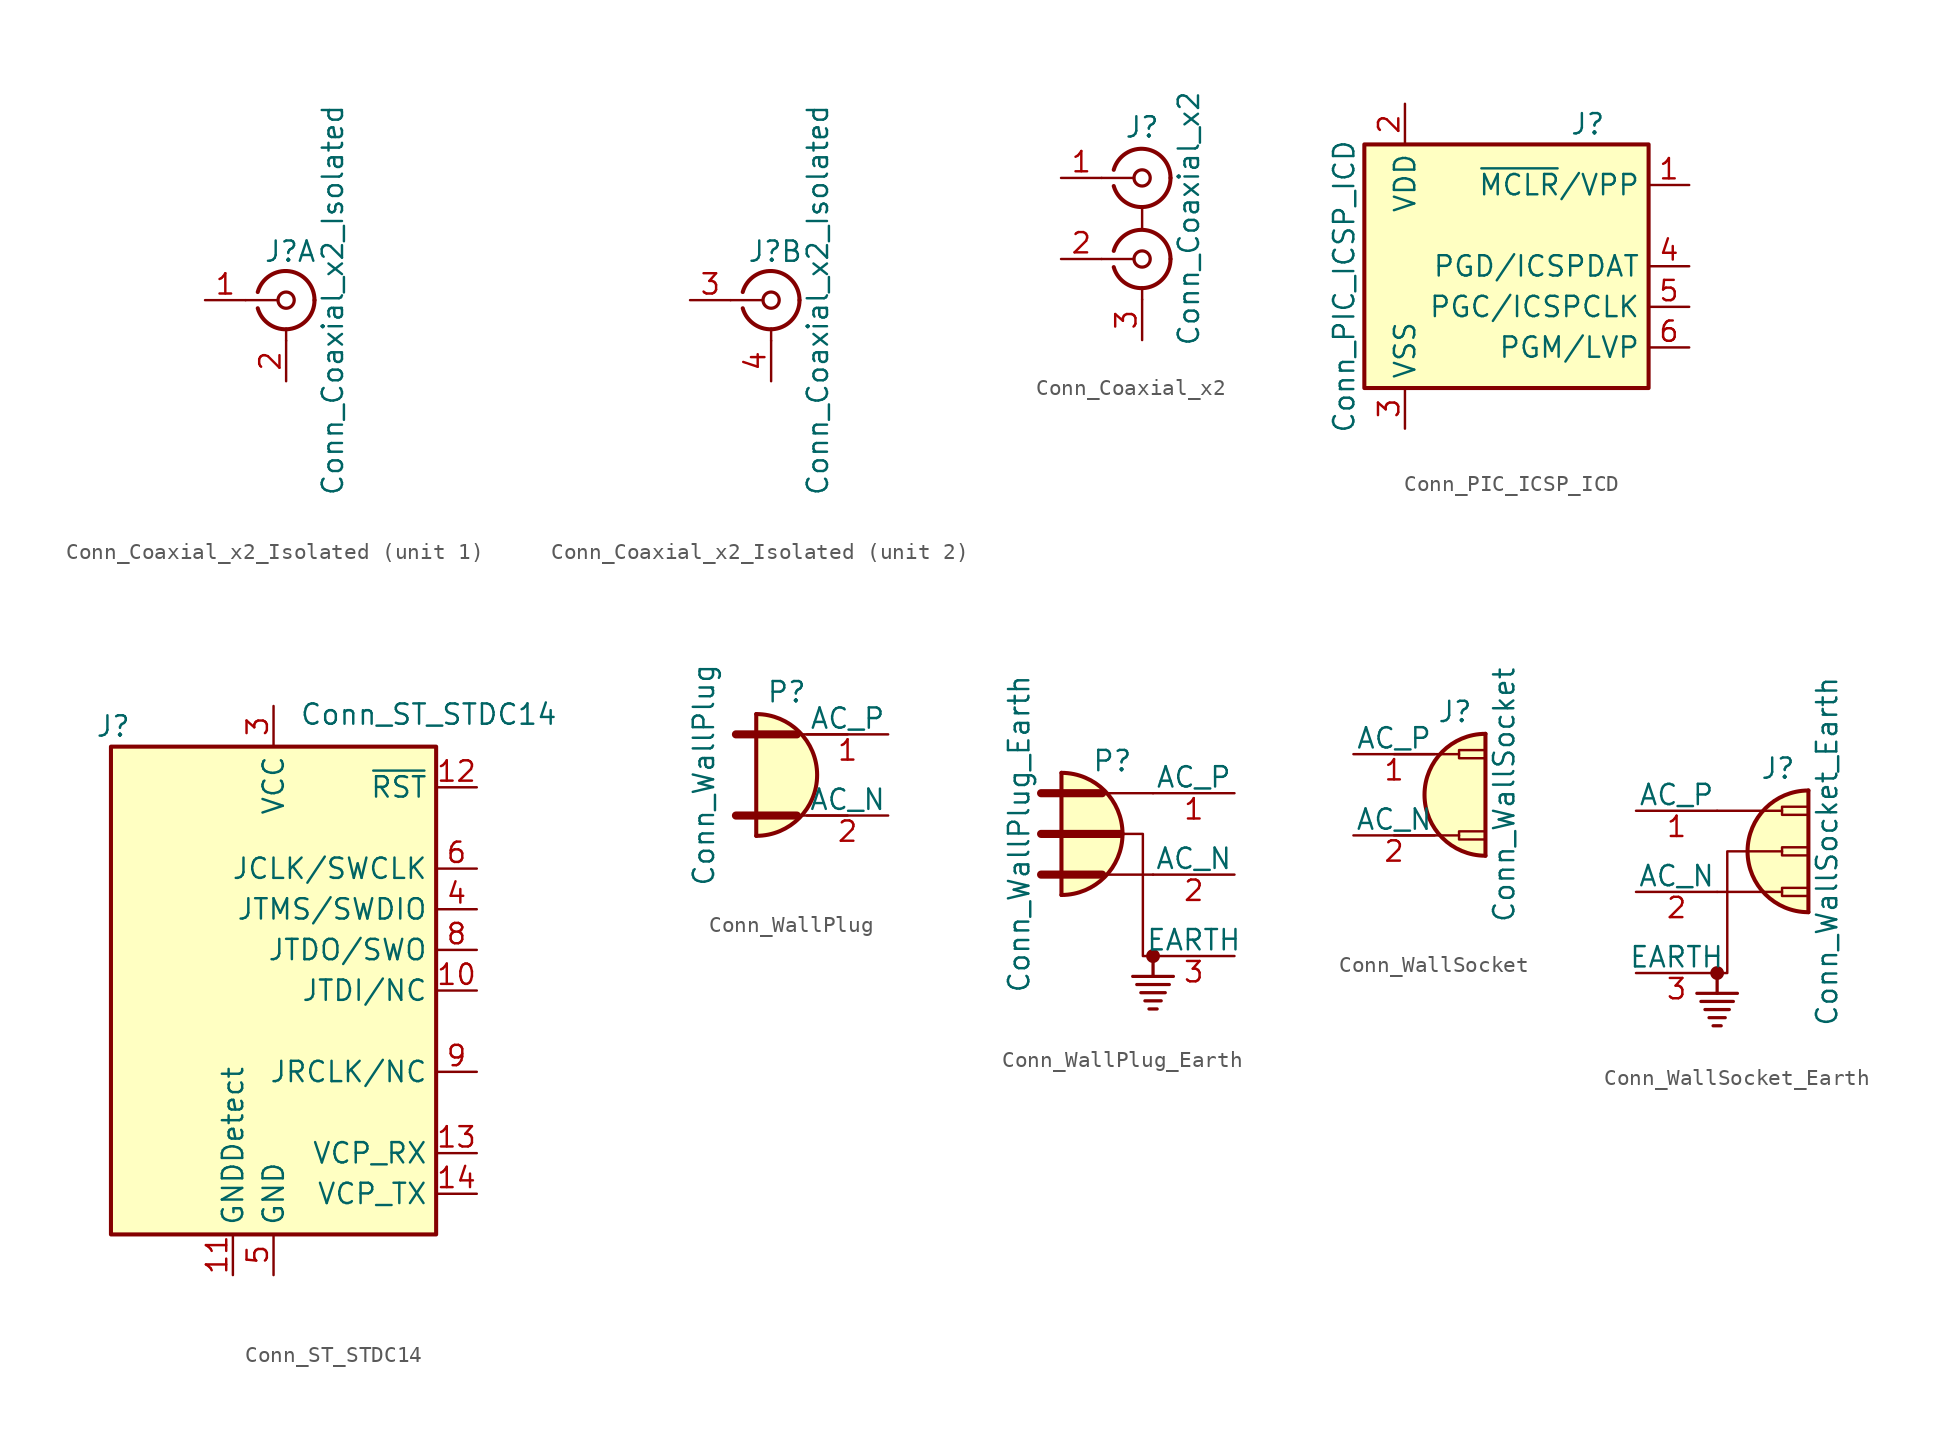
<source format=kicad_sym>
(kicad_symbol_lib
  (version 20220914)
  (generator kicad_symbol_editor)
  (symbol "Conn_Coaxial_x2_Isolated"
    (pin_names
      (offset 1.016) hide)
    (property "Reference" "J"
      (at 0.254 3.048 0)
      (effects (font (size 1.27 1.27))))
    (property "Value" "Conn_Coaxial_x2_Isolated"
      (at 2.921 0 90)
      (effects (font (size 1.27 1.27))))
    (symbol "Conn_Coaxial_x2_Isolated_0_1"
      (arc (start -1.778 -0.508) (mid 0.2311 -1.8066) (end 1.778 0) (stroke (width 0.254) (type solid)) (fill (type none)))
      (polyline (pts (xy -2.54 0) (xy -0.508 0)) (stroke (width 0) (type solid)) (fill (type none)))
      (polyline (pts (xy 0 -2.54) (xy 0 -1.778)) (stroke (width 0) (type solid)) (fill (type none)))
      (circle (center 0 0) (radius 0.508) (stroke (width 0.203) (type solid)) (fill (type none)))
      (arc (start 1.778 0) (mid 0.2099 1.8101) (end -1.778 0.508) (stroke (width 0.254) (type solid)) (fill (type none))))
    (symbol "Conn_Coaxial_x2_Isolated_1_1"
      (pin passive line (at -5.08 0 0) (length 2.54) (name "In1" (effects (font (size 1.27 1.27)))) (number "1" (effects (font (size 1.27 1.27)))))
      (pin passive line (at 0 -5.08 90) (length 2.54) (name "Ext1" (effects (font (size 1.27 1.27)))) (number "2" (effects (font (size 1.27 1.27))))))
    (symbol "Conn_Coaxial_x2_Isolated_2_1"
      (pin passive line (at -5.08 0 0) (length 2.54) (name "In2" (effects (font (size 1.27 1.27)))) (number "3" (effects (font (size 1.27 1.27)))))
      (pin passive line (at 0 -5.08 90) (length 2.54) (name "Ext2" (effects (font (size 1.27 1.27)))) (number "4" (effects (font (size 1.27 1.27)))))))
  (symbol "Conn_Coaxial_x2"
    (pin_names
      (offset 1.016) hide)
    (property "Reference" "J"
      (at 0 5.715 0)
      (effects (font (size 1.27 1.27))))
    (property "Value" "Conn_Coaxial_x2"
      (at 2.921 0 90)
      (effects (font (size 1.27 1.27))))
    (symbol "Conn_Coaxial_x2_0_1"
      (arc (start -1.778 -3.048) (mid 0.2311 -4.3466) (end 1.778 -2.54) (stroke (width 0.254) (type solid)) (fill (type none)))
      (arc (start -1.778 2.032) (mid 0.2311 0.7334) (end 1.778 2.54) (stroke (width 0.254) (type solid)) (fill (type none)))
      (circle (center 0 -2.54) (radius 0.508) (stroke (width 0.203) (type solid)) (fill (type none)))
      (polyline (pts (xy -2.54 -2.54) (xy -0.508 -2.54)) (stroke (width 0) (type solid)) (fill (type none)))
      (polyline (pts (xy -2.54 2.54) (xy -0.508 2.54)) (stroke (width 0) (type solid)) (fill (type none)))
      (polyline (pts (xy 0 -5.08) (xy 0 -4.318)) (stroke (width 0) (type solid)) (fill (type none)))
      (polyline (pts (xy 0 0.762) (xy 0 -0.635)) (stroke (width 0) (type solid)) (fill (type none)))
      (circle (center 0 2.54) (radius 0.508) (stroke (width 0.203) (type solid)) (fill (type none)))
      (arc (start 1.778 -2.54) (mid 0.2099 -0.7299) (end -1.778 -2.032) (stroke (width 0.254) (type solid)) (fill (type none)))
      (arc (start 1.778 2.54) (mid 0.2099 4.3501) (end -1.778 3.048) (stroke (width 0.254) (type solid)) (fill (type none))))
    (symbol "Conn_Coaxial_x2_1_1"
      (pin passive line (at -5.08 2.54 0) (length 2.54) (name "IN1" (effects (font (size 1.27 1.27)))) (number "1" (effects (font (size 1.27 1.27)))))
      (pin passive line (at -5.08 -2.54 0) (length 2.54) (name "IN2" (effects (font (size 1.27 1.27)))) (number "2" (effects (font (size 1.27 1.27)))))
      (pin passive line (at 0 -7.62 90) (length 2.54) (name "EXT" (effects (font (size 1.27 1.27)))) (number "3" (effects (font (size 1.27 1.27)))))))
  (symbol "Conn_PIC_ICSP_ICD"
    (property "Reference" "J"
      (at 6.35 8.89 0)
      (effects (font (size 1.27 1.27))))
    (property "Value" "Conn_PIC_ICSP_ICD"
      (at -8.89 -1.27 90)
      (effects (font (size 1.27 1.27))))
    (symbol "Conn_PIC_ICSP_ICD_0_1"
      (rectangle (start -7.62 7.62) (end 10.16 -7.62) (stroke (width 0.254) (type solid)) (fill (type background))))
    (symbol "Conn_PIC_ICSP_ICD_1_1"
      (pin passive line (at 12.7 5.08 180) (length 2.54) (name "~{MCLR}/VPP" (effects (font (size 1.27 1.27)))) (number "1" (effects (font (size 1.27 1.27)))))
      (pin passive line (at -5.08 10.16 270) (length 2.54) (name "VDD" (effects (font (size 1.27 1.27)))) (number "2" (effects (font (size 1.27 1.27)))))
      (pin power_in line (at -5.08 -10.16 90) (length 2.54) (name "VSS" (effects (font (size 1.27 1.27)))) (number "3" (effects (font (size 1.27 1.27)))))
      (pin bidirectional line (at 12.7 0 180) (length 2.54) (name "PGD/ICSPDAT" (effects (font (size 1.27 1.27)))) (number "4" (effects (font (size 1.27 1.27)))))
      (pin output line (at 12.7 -2.54 180) (length 2.54) (name "PGC/ICSPCLK" (effects (font (size 1.27 1.27)))) (number "5" (effects (font (size 1.27 1.27)))))
      (pin output line (at 12.7 -5.08 180) (length 2.54) (name "PGM/LVP" (effects (font (size 1.27 1.27)))) (number "6" (effects (font (size 1.27 1.27)))))))
  (symbol "Conn_ST_STDC14"
    (property "Reference" "J"
      (at -8.89 16.51 0)
      (effects (font (size 1.27 1.27)) (justify right)))
    (property "Value" "Conn_ST_STDC14"
      (at 17.78 16.51 0)
      (effects (font (size 1.27 1.27)) (justify right bottom)))
    (symbol "Conn_ST_STDC14_0_1"
      (rectangle (start -10.16 15.24) (end 10.16 -15.24) (stroke (width 0.254) (type solid)) (fill (type background))))
    (symbol "Conn_ST_STDC14_1_1"
      (pin no_connect line (at -10.16 5.08 0) (length 2.54) hide (name "NC" (effects (font (size 1.27 1.27)))) (number "1" (effects (font (size 1.27 1.27)))))
      (pin output line (at 12.7 0 180) (length 2.54) (name "JTDI/NC" (effects (font (size 1.27 1.27)))) (number "10" (effects (font (size 1.27 1.27)))))
      (pin passive line (at -2.54 -17.78 90) (length 2.54) (name "GNDDetect" (effects (font (size 1.27 1.27)))) (number "11" (effects (font (size 1.27 1.27)))))
      (pin open_collector line (at 12.7 12.7 180) (length 2.54) (name "~{RST}" (effects (font (size 1.27 1.27)))) (number "12" (effects (font (size 1.27 1.27)))))
      (pin output line (at 12.7 -10.16 180) (length 2.54) (name "VCP_RX" (effects (font (size 1.27 1.27)))) (number "13" (effects (font (size 1.27 1.27)))))
      (pin input line (at 12.7 -12.7 180) (length 2.54) (name "VCP_TX" (effects (font (size 1.27 1.27)))) (number "14" (effects (font (size 1.27 1.27)))))
      (pin no_connect line (at -10.16 2.54 0) (length 2.54) hide (name "NC" (effects (font (size 1.27 1.27)))) (number "2" (effects (font (size 1.27 1.27)))))
      (pin power_in line (at 0 17.78 270) (length 2.54) (name "VCC" (effects (font (size 1.27 1.27)))) (number "3" (effects (font (size 1.27 1.27)))))
      (pin bidirectional line (at 12.7 5.08 180) (length 2.54) (name "JTMS/SWDIO" (effects (font (size 1.27 1.27)))) (number "4" (effects (font (size 1.27 1.27)))))
      (pin power_in line (at 0 -17.78 90) (length 2.54) (name "GND" (effects (font (size 1.27 1.27)))) (number "5" (effects (font (size 1.27 1.27)))))
      (pin output line (at 12.7 7.62 180) (length 2.54) (name "JCLK/SWCLK" (effects (font (size 1.27 1.27)))) (number "6" (effects (font (size 1.27 1.27)))))
      (pin passive line (at 0 -17.78 90) (length 2.54) hide (name "GND" (effects (font (size 1.27 1.27)))) (number "7" (effects (font (size 1.27 1.27)))))
      (pin input line (at 12.7 2.54 180) (length 2.54) (name "JTDO/SWO" (effects (font (size 1.27 1.27)))) (number "8" (effects (font (size 1.27 1.27)))))
      (pin input line (at 12.7 -5.08 180) (length 2.54) (name "JRCLK/NC" (effects (font (size 1.27 1.27)))) (number "9" (effects (font (size 1.27 1.27)))))))
  (symbol "Conn_WallPlug"
    (pin_names
      (offset 0))
    (property "Reference" "P"
      (at -1.27 4.445 0)
      (effects (font (size 1.27 1.27)) (justify bottom)))
    (property "Value" "Conn_WallPlug"
      (at -5.715 0 90)
      (effects (font (size 1.27 1.27)) (justify bottom)))
    (symbol "Conn_WallPlug_0_1"
      (arc (start -3.175 -3.81) (mid 0.6184 0) (end -3.175 3.81) (stroke (width 0.254) (type solid)) (fill (type background)))
      (polyline (pts (xy -4.445 -2.54) (xy -0.635 -2.54)) (stroke (width 0.508) (type solid)) (fill (type none)))
      (polyline (pts (xy -4.445 2.54) (xy -0.635 2.54)) (stroke (width 0.508) (type solid)) (fill (type none)))
      (polyline (pts (xy -3.175 -3.81) (xy -3.175 3.81)) (stroke (width 0.254) (type solid)) (fill (type none)))
      (polyline (pts (xy -0.635 -2.54) (xy 2.54 -2.54)) (stroke (width 0) (type solid)) (fill (type none)))
      (polyline (pts (xy -0.635 2.54) (xy 2.54 2.54)) (stroke (width 0) (type solid)) (fill (type none))))
    (symbol "Conn_WallPlug_1_1"
      (pin power_out line (at 5.08 2.54 180) (length 5.08) (name "AC_P" (effects (font (size 1.27 1.27)))) (number "1" (effects (font (size 1.27 1.27)))))
      (pin power_out line (at 5.08 -2.54 180) (length 5.08) (name "AC_N" (effects (font (size 1.27 1.27)))) (number "2" (effects (font (size 1.27 1.27)))))))
  (symbol "Conn_WallPlug_Earth"
    (pin_names
      (offset 0))
    (property "Reference" "P"
      (at 0 3.81 0)
      (effects (font (size 1.27 1.27)) (justify bottom)))
    (property "Value" "Conn_WallPlug_Earth"
      (at -5.08 0 90)
      (effects (font (size 1.27 1.27)) (justify bottom)))
    (symbol "Conn_WallPlug_Earth_0_1"
      (arc (start -3.175 -3.81) (mid 0.6184 0) (end -3.175 3.81) (stroke (width 0.254) (type solid)) (fill (type background)))
      (polyline (pts (xy -4.445 -2.54) (xy -0.635 -2.54)) (stroke (width 0.508) (type solid)) (fill (type none)))
      (polyline (pts (xy -4.445 0) (xy 0.508 0)) (stroke (width 0.508) (type solid)) (fill (type none)))
      (polyline (pts (xy -4.445 2.54) (xy -0.635 2.54)) (stroke (width 0.508) (type solid)) (fill (type none)))
      (polyline (pts (xy -3.175 -3.81) (xy -3.175 3.81)) (stroke (width 0.254) (type solid)) (fill (type none)))
      (polyline (pts (xy -0.635 -2.54) (xy 2.54 -2.54)) (stroke (width 0) (type solid)) (fill (type none)))
      (polyline (pts (xy -0.635 2.54) (xy 2.54 2.54)) (stroke (width 0) (type solid)) (fill (type none)))
      (polyline (pts (xy 1.524 -9.398) (xy 3.556 -9.398)) (stroke (width 0.203) (type solid)) (fill (type none)))
      (polyline (pts (xy 1.778 -9.906) (xy 3.302 -9.906)) (stroke (width 0.203) (type solid)) (fill (type none)))
      (polyline (pts (xy 2.032 -10.414) (xy 3.048 -10.414)) (stroke (width 0.203) (type solid)) (fill (type none)))
      (polyline (pts (xy 2.286 -10.922) (xy 2.794 -10.922)) (stroke (width 0.203) (type solid)) (fill (type none)))
      (polyline (pts (xy 2.54 -7.62) (xy 2.54 -8.89)) (stroke (width 0.203) (type solid)) (fill (type none)))
      (polyline (pts (xy 3.81 -8.89) (xy 1.27 -8.89)) (stroke (width 0.203) (type solid)) (fill (type none)))
      (polyline (pts (xy 2.54 -7.62) (xy 1.905 -7.62) (xy 1.905 0) (xy -4.445 0)) (stroke (width 0) (type solid)) (fill (type none)))
      (circle (center 2.54 -7.62) (radius 0.356) (stroke (width 0) (type solid)) (fill (type outline))))
    (symbol "Conn_WallPlug_Earth_1_1"
      (pin power_out line (at 7.62 2.54 180) (length 5.08) (name "AC_P" (effects (font (size 1.27 1.27)))) (number "1" (effects (font (size 1.27 1.27)))))
      (pin power_out line (at 7.62 -2.54 180) (length 5.08) (name "AC_N" (effects (font (size 1.27 1.27)))) (number "2" (effects (font (size 1.27 1.27)))))
      (pin passive line (at 7.62 -7.62 180) (length 5.08) (name "EARTH" (effects (font (size 1.27 1.27)))) (number "3" (effects (font (size 1.27 1.27)))))))
  (symbol "Conn_WallSocket"
    (pin_names
      (offset 0))
    (property "Reference" "J"
      (at 1.27 4.445 0)
      (effects (font (size 1.27 1.27)) (justify bottom)))
    (property "Value" "Conn_WallSocket"
      (at 5.08 0 90)
      (effects (font (size 1.27 1.27)) (justify bottom)))
    (symbol "Conn_WallSocket_0_1"
      (polyline (pts (xy 1.524 -2.54) (xy -2.54 -2.54)) (stroke (width 0) (type solid)) (fill (type none)))
      (polyline (pts (xy 1.524 2.54) (xy -2.54 2.54)) (stroke (width 0) (type solid)) (fill (type none)))
      (polyline (pts (xy 3.175 -3.81) (xy 3.175 3.81)) (stroke (width 0.254) (type solid)) (fill (type none)))
      (rectangle (start 3.175 -2.794) (end 1.524 -2.286) (stroke (width 0) (type solid)) (fill (type none)))
      (rectangle (start 3.175 2.286) (end 1.524 2.794) (stroke (width 0) (type solid)) (fill (type none)))
      (arc (start 3.175 3.81) (mid -0.6184 0) (end 3.175 -3.81) (stroke (width 0.254) (type solid)) (fill (type background))))
    (symbol "Conn_WallSocket_1_1"
      (pin power_in line (at -5.08 2.54 0) (length 5.08) (name "AC_P" (effects (font (size 1.27 1.27)))) (number "1" (effects (font (size 1.27 1.27)))))
      (pin power_in line (at -5.08 -2.54 0) (length 5.08) (name "AC_N" (effects (font (size 1.27 1.27)))) (number "2" (effects (font (size 1.27 1.27)))))))
  (symbol "Conn_WallSocket_Earth"
    (pin_names
      (offset 0))
    (property "Reference" "J"
      (at 3.81 6.985 0)
      (effects (font (size 1.27 1.27)) (justify bottom)))
    (property "Value" "Conn_WallSocket_Earth"
      (at 7.62 2.54 90)
      (effects (font (size 1.27 1.27)) (justify bottom)))
    (symbol "Conn_WallSocket_Earth_0_1"
      (circle (center 0 -5.08) (radius 0.356) (stroke (width 0) (type solid)) (fill (type outline)))
      (polyline (pts (xy -1.27 -6.35) (xy 1.27 -6.35)) (stroke (width 0.203) (type solid)) (fill (type none)))
      (polyline (pts (xy 0 -5.08) (xy 0 -6.35)) (stroke (width 0.203) (type solid)) (fill (type none)))
      (polyline (pts (xy 0.254 -8.382) (xy -0.254 -8.382)) (stroke (width 0.203) (type solid)) (fill (type none)))
      (polyline (pts (xy 0.508 -7.874) (xy -0.508 -7.874)) (stroke (width 0.203) (type solid)) (fill (type none)))
      (polyline (pts (xy 0.762 -7.366) (xy -0.762 -7.366)) (stroke (width 0.203) (type solid)) (fill (type none)))
      (polyline (pts (xy 1.016 -6.858) (xy -1.016 -6.858)) (stroke (width 0.203) (type solid)) (fill (type none)))
      (polyline (pts (xy 4.064 0) (xy 0 0)) (stroke (width 0) (type solid)) (fill (type none)))
      (polyline (pts (xy 4.064 5.08) (xy 0 5.08)) (stroke (width 0) (type solid)) (fill (type none)))
      (polyline (pts (xy 5.715 -1.27) (xy 5.715 6.35)) (stroke (width 0.254) (type solid)) (fill (type none)))
      (polyline (pts (xy 0 -5.08) (xy 0.635 -5.08) (xy 0.635 2.54) (xy 4.064 2.54)) (stroke (width 0) (type solid)) (fill (type none)))
      (rectangle (start 5.715 -0.254) (end 4.064 0.254) (stroke (width 0) (type solid)) (fill (type none)))
      (rectangle (start 5.715 2.286) (end 4.064 2.794) (stroke (width 0) (type solid)) (fill (type none)))
      (rectangle (start 5.715 4.826) (end 4.064 5.334) (stroke (width 0) (type solid)) (fill (type none)))
      (arc (start 5.715 6.35) (mid 1.9216 2.54) (end 5.715 -1.27) (stroke (width 0.254) (type solid)) (fill (type background))))
    (symbol "Conn_WallSocket_Earth_1_1"
      (pin power_in line (at -5.08 5.08 0) (length 5.08) (name "AC_P" (effects (font (size 1.27 1.27)))) (number "1" (effects (font (size 1.27 1.27)))))
      (pin power_in line (at -5.08 0 0) (length 5.08) (name "AC_N" (effects (font (size 1.27 1.27)))) (number "2" (effects (font (size 1.27 1.27)))))
      (pin passive line (at -5.08 -5.08 0) (length 5.08) (name "EARTH" (effects (font (size 1.27 1.27)))) (number "3" (effects (font (size 1.27 1.27))))))))
</source>
